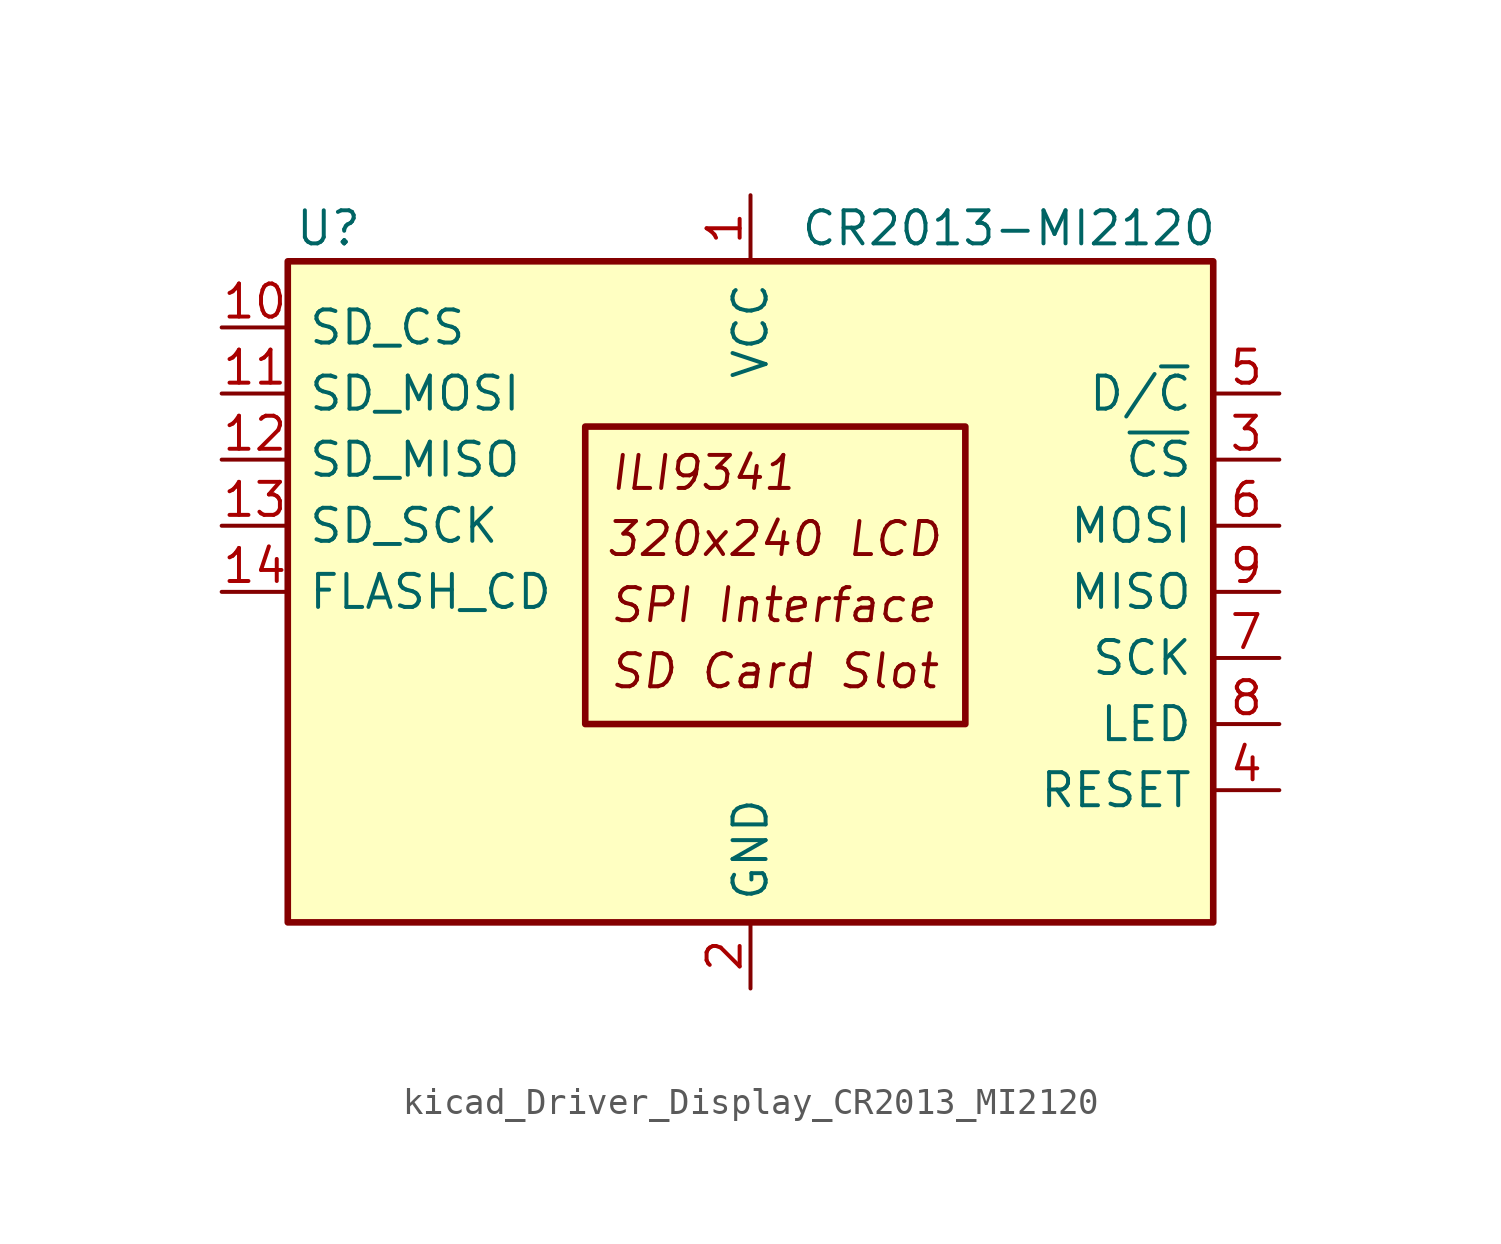
<source format=kicad_sym>
(kicad_symbol_lib
  (version 20220914)
  (generator kicad_symbol_editor)
  (symbol "kicad_Driver_Display_CR2013_MI2120"
    (pin_names
      (offset 0.762))
    (property "Reference" "U"
      (at -17.526 13.97 0)
      (effects (font (size 1.27 1.27)) (justify left)))
    (property "Value" "CR2013-MI2120"
      (at 1.905 13.97 0)
      (effects (font (size 1.27 1.27)) (justify left)))
    (symbol "kicad_Driver_Display_CR2013_MI2120_0_0"
      (text "320x240 LCD" (at 0.889 2.032 0) (effects (font (size 1.27 1.27) italic)))
      (text "ILI9341" (at -5.461 4.572 0) (effects (font (size 1.27 1.27) italic) (justify left)))
      (text "SD Card Slot" (at -5.461 -3.048 0) (effects (font (size 1.27 1.27) italic) (justify left)))
      (text "SPI Interface" (at -5.461 -0.508 0) (effects (font (size 1.27 1.27) italic) (justify left))))
    (symbol "kicad_Driver_Display_CR2013_MI2120_0_1"
      (rectangle (start -17.78 12.7) (end 17.78 -12.7) (stroke (width 0.254) (type default)) (fill (type background)))
      (rectangle (start -6.35 6.35) (end 8.255 -5.08) (stroke (width 0.254) (type default)) (fill (type none))))
    (symbol "kicad_Driver_Display_CR2013_MI2120_1_1"
      (pin power_in line (at 0 15.24 270) (length 2.54) (name "VCC" (effects (font (size 1.27 1.27)))) (number "1" (effects (font (size 1.27 1.27)))))
      (pin input line (at -20.32 10.16 0) (length 2.54) (name "SD_CS" (effects (font (size 1.27 1.27)))) (number "10" (effects (font (size 1.27 1.27)))))
      (pin input line (at -20.32 7.62 0) (length 2.54) (name "SD_MOSI" (effects (font (size 1.27 1.27)))) (number "11" (effects (font (size 1.27 1.27)))))
      (pin output line (at -20.32 5.08 0) (length 2.54) (name "SD_MISO" (effects (font (size 1.27 1.27)))) (number "12" (effects (font (size 1.27 1.27)))))
      (pin input line (at -20.32 2.54 0) (length 2.54) (name "SD_SCK" (effects (font (size 1.27 1.27)))) (number "13" (effects (font (size 1.27 1.27)))))
      (pin input line (at -20.32 0 0) (length 2.54) (name "FLASH_CD" (effects (font (size 1.27 1.27)))) (number "14" (effects (font (size 1.27 1.27)))))
      (pin power_in line (at 0 -15.24 90) (length 2.54) (name "GND" (effects (font (size 1.27 1.27)))) (number "2" (effects (font (size 1.27 1.27)))))
      (pin input line (at 20.32 5.08 180) (length 2.54) (name "~{CS}" (effects (font (size 1.27 1.27)))) (number "3" (effects (font (size 1.27 1.27)))))
      (pin input line (at 20.32 -7.62 180) (length 2.54) (name "RESET" (effects (font (size 1.27 1.27)))) (number "4" (effects (font (size 1.27 1.27)))))
      (pin input line (at 20.32 7.62 180) (length 2.54) (name "D/~{C}" (effects (font (size 1.27 1.27)))) (number "5" (effects (font (size 1.27 1.27)))))
      (pin input line (at 20.32 2.54 180) (length 2.54) (name "MOSI" (effects (font (size 1.27 1.27)))) (number "6" (effects (font (size 1.27 1.27)))))
      (pin input line (at 20.32 -2.54 180) (length 2.54) (name "SCK" (effects (font (size 1.27 1.27)))) (number "7" (effects (font (size 1.27 1.27)))))
      (pin input line (at 20.32 -5.08 180) (length 2.54) (name "LED" (effects (font (size 1.27 1.27)))) (number "8" (effects (font (size 1.27 1.27)))))
      (pin output line (at 20.32 0 180) (length 2.54) (name "MISO" (effects (font (size 1.27 1.27)))) (number "9" (effects (font (size 1.27 1.27))))))))
</source>
